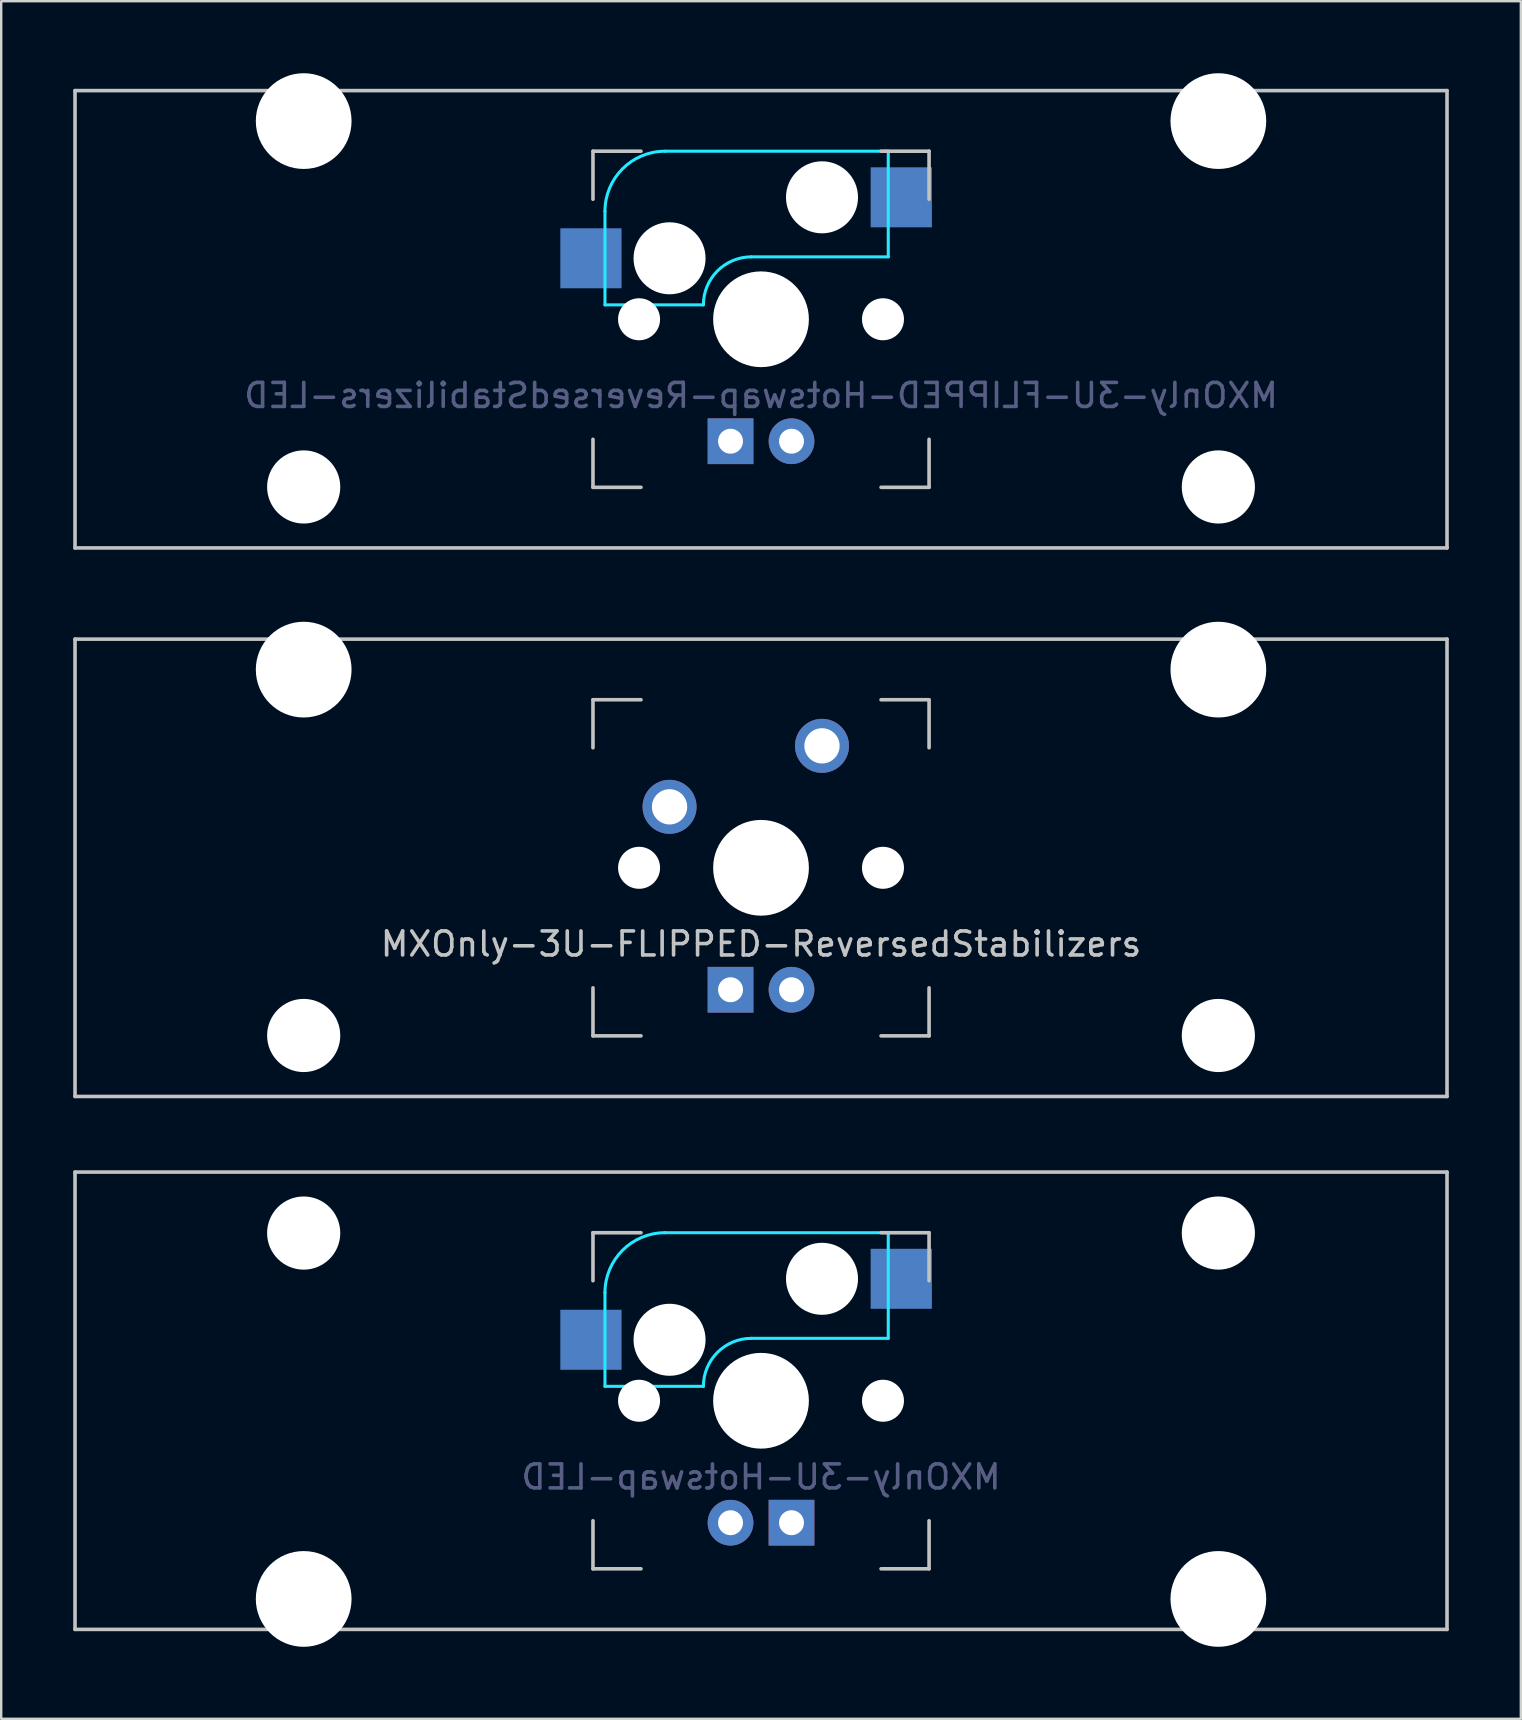
<source format=kicad_pcb>
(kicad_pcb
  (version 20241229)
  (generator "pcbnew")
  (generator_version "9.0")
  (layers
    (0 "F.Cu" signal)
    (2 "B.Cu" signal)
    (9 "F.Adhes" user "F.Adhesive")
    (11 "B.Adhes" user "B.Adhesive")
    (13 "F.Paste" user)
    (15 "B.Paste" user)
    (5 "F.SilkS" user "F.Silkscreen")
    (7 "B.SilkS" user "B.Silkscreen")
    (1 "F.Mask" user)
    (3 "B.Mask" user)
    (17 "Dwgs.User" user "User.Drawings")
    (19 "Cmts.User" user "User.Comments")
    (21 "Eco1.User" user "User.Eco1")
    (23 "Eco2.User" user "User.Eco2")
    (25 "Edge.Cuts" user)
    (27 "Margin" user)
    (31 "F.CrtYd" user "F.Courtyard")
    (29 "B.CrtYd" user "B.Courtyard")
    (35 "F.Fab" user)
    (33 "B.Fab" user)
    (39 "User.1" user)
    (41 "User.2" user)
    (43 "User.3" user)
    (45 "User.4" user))
  (footprint "MXOnly-3U-FLIPPED-ReversedStabilizers"
    (layer "F.Cu")
    (at 28.65 33.098)
    (property "Reference" "MXOnly-3U-FLIPPED-ReversedStabilizers" (at 0 3.175 0) (layer "Dwgs.User") (effects (font (size 1 1) (thickness 0.15))))
    (attr through_hole)
    (fp_line (start -28.575 -9.525) (end 28.575 -9.525) (stroke (width 0.15) (type solid)) (layer "Dwgs.User"))
    (fp_line (start -28.575 9.525) (end -28.575 -9.525) (stroke (width 0.15) (type solid)) (layer "Dwgs.User"))
    (fp_line (start -28.575 9.525) (end 28.575 9.525) (stroke (width 0.15) (type solid)) (layer "Dwgs.User"))
    (fp_line (start -7 -7) (end -7 -5) (stroke (width 0.15) (type solid)) (layer "Dwgs.User"))
    (fp_line (start -7 5) (end -7 7) (stroke (width 0.15) (type solid)) (layer "Dwgs.User"))
    (fp_line (start -7 7) (end -5 7) (stroke (width 0.15) (type solid)) (layer "Dwgs.User"))
    (fp_line (start -5 -7) (end -7 -7) (stroke (width 0.15) (type solid)) (layer "Dwgs.User"))
    (fp_line (start 5 -7) (end 7 -7) (stroke (width 0.15) (type solid)) (layer "Dwgs.User"))
    (fp_line (start 5 7) (end 7 7) (stroke (width 0.15) (type solid)) (layer "Dwgs.User"))
    (fp_line (start 7 -7) (end 7 -5) (stroke (width 0.15) (type solid)) (layer "Dwgs.User"))
    (fp_line (start 7 7) (end 7 5) (stroke (width 0.15) (type solid)) (layer "Dwgs.User"))
    (fp_line (start 28.575 -9.525) (end 28.575 9.525) (stroke (width 0.15) (type solid)) (layer "Dwgs.User"))
    (pad "" np_thru_hole circle (at -19.05 -8.255) (size 3.988 3.988) (drill 3.988) (layers "*.Cu" "*.Mask"))
    (pad "" np_thru_hole circle (at -19.05 6.985) (size 3.048 3.048) (drill 3.048) (layers "*.Cu" "*.Mask"))
    (pad "" np_thru_hole circle (at -5.08 0 48.1) (size 1.75 1.75) (drill 1.75) (layers "*.Cu" "*.Mask"))
    (pad "" np_thru_hole circle (at 0 0) (size 3.988 3.988) (drill 3.988) (layers "*.Cu" "*.Mask"))
    (pad "" np_thru_hole circle (at 5.08 0 48.1) (size 1.75 1.75) (drill 1.75) (layers "*.Cu" "*.Mask"))
    (pad "" np_thru_hole circle (at 19.05 -8.255) (size 3.988 3.988) (drill 3.988) (layers "*.Cu" "*.Mask"))
    (pad "" np_thru_hole circle (at 19.05 6.985) (size 3.048 3.048) (drill 3.048) (layers "*.Cu" "*.Mask"))
    (pad "1" thru_hole circle (at -3.81 -2.54 48.1) (size 2.25 2.25) (drill 1.47) (layers "*.Cu" "B.Mask"))
    (pad "2" thru_hole circle (at 2.54 -5.08) (size 2.25 2.25) (drill 1.47) (layers "*.Cu" "B.Mask"))
    (pad "3" thru_hole circle (at 1.27 5.08) (size 1.905 1.905) (drill 1.04) (layers "*.Cu" "B.Mask"))
    (pad "4" thru_hole rect (at -1.27 5.08) (size 1.905 1.905) (drill 1.04) (layers "*.Cu" "B.Mask")))
  (footprint "MXOnly-3U-Hotswap-LED"
    (layer "F.Cu")
    (at 28.65 55.298)
    (property "Reference" "MXOnly-3U-Hotswap-LED" (at 0 3.175 0) (layer "B.Fab") (effects (font (size 1 1) (thickness 0.15)) (justify mirror)))
    (attr through_hole)
    (fp_line (start -28.575 -9.525) (end 28.575 -9.525) (stroke (width 0.15) (type solid)) (layer "Dwgs.User"))
    (fp_line (start -28.575 9.525) (end -28.575 -9.525) (stroke (width 0.15) (type solid)) (layer "Dwgs.User"))
    (fp_line (start -28.575 9.525) (end 28.575 9.525) (stroke (width 0.15) (type solid)) (layer "Dwgs.User"))
    (fp_line (start -7 -7) (end -7 -5) (stroke (width 0.15) (type solid)) (layer "Dwgs.User"))
    (fp_line (start -7 5) (end -7 7) (stroke (width 0.15) (type solid)) (layer "Dwgs.User"))
    (fp_line (start -7 7) (end -5 7) (stroke (width 0.15) (type solid)) (layer "Dwgs.User"))
    (fp_line (start -5 -7) (end -7 -7) (stroke (width 0.15) (type solid)) (layer "Dwgs.User"))
    (fp_line (start 5 -7) (end 7 -7) (stroke (width 0.15) (type solid)) (layer "Dwgs.User"))
    (fp_line (start 5 7) (end 7 7) (stroke (width 0.15) (type solid)) (layer "Dwgs.User"))
    (fp_line (start 7 -7) (end 7 -5) (stroke (width 0.15) (type solid)) (layer "Dwgs.User"))
    (fp_line (start 7 7) (end 7 5) (stroke (width 0.15) (type solid)) (layer "Dwgs.User"))
    (fp_line (start 28.575 -9.525) (end 28.575 9.525) (stroke (width 0.15) (type solid)) (layer "Dwgs.User"))
    (fp_line (start -6.5 -4.5) (end -6.5 -0.6) (stroke (width 0.127) (type solid)) (layer "B.CrtYd"))
    (fp_line (start -6.5 -0.6) (end -2.4 -0.6) (stroke (width 0.127) (type solid)) (layer "B.CrtYd"))
    (fp_line (start -0.4 -2.6) (end 5.3 -2.6) (stroke (width 0.127) (type solid)) (layer "B.CrtYd"))
    (fp_line (start 5.3 -7) (end -4 -7) (stroke (width 0.127) (type solid)) (layer "B.CrtYd"))
    (fp_line (start 5.3 -7) (end 5.3 -2.6) (stroke (width 0.127) (type solid)) (layer "B.CrtYd"))
    (fp_arc (start -6.5 -4.5) (mid -5.767767 -6.267767) (end -4 -7) (stroke (width 0.127) (type solid)) (layer "B.CrtYd"))
    (fp_arc (start -2.4 -0.6) (mid -1.814214 -2.014214) (end -0.4 -2.6) (stroke (width 0.127) (type solid)) (layer "B.CrtYd"))
    (pad "" np_thru_hole circle (at -19.05 -6.985) (size 3.048 3.048) (drill 3.048) (layers "*.Cu" "*.Mask"))
    (pad "" np_thru_hole circle (at -19.05 8.255) (size 3.988 3.988) (drill 3.988) (layers "*.Cu" "*.Mask"))
    (pad "" np_thru_hole circle (at -5.08 0 48.1) (size 1.75 1.75) (drill 1.75) (layers "*.Cu" "*.Mask"))
    (pad "" np_thru_hole circle (at -3.81 -2.54) (size 3 3) (drill 3) (layers "*.Cu" "*.Mask"))
    (pad "" np_thru_hole circle (at 0 0) (size 3.988 3.988) (drill 3.988) (layers "*.Cu" "*.Mask"))
    (pad "" np_thru_hole circle (at 2.54 -5.08) (size 3 3) (drill 3) (layers "*.Cu" "*.Mask"))
    (pad "" np_thru_hole circle (at 5.08 0 48.1) (size 1.75 1.75) (drill 1.75) (layers "*.Cu" "*.Mask"))
    (pad "" np_thru_hole circle (at 19.05 -6.985) (size 3.048 3.048) (drill 3.048) (layers "*.Cu" "*.Mask"))
    (pad "" np_thru_hole circle (at 19.05 8.255) (size 3.988 3.988) (drill 3.988) (layers "*.Cu" "*.Mask"))
    (pad "1" smd rect (at -7.085 -2.54) (size 2.55 2.5) (layers "B.Cu" "B.Mask" "B.Paste"))
    (pad "2" smd rect (at 5.842 -5.08) (size 2.55 2.5) (layers "B.Cu" "B.Mask" "B.Paste"))
    (pad "3" thru_hole circle (at -1.27 5.08 180) (size 1.905 1.905) (drill 1.04) (layers "*.Cu" "B.Mask"))
    (pad "4" thru_hole rect (at 1.27 5.08 180) (size 1.905 1.905) (drill 1.04) (layers "*.Cu" "B.Mask")))
  (footprint "MXOnly-3U-FLIPPED-Hotswap-ReversedStabilizers-LED"
    (layer "F.Cu")
    (at 28.65 10.249)
    (property "Reference" "MXOnly-3U-FLIPPED-Hotswap-ReversedStabilizers-LED" (at 0 3.175 0) (layer "B.Fab") (effects (font (size 1 1) (thickness 0.15)) (justify mirror)))
    (attr through_hole)
    (fp_line (start -28.575 -9.525) (end 28.575 -9.525) (stroke (width 0.15) (type solid)) (layer "Dwgs.User"))
    (fp_line (start -28.575 9.525) (end -28.575 -9.525) (stroke (width 0.15) (type solid)) (layer "Dwgs.User"))
    (fp_line (start -28.575 9.525) (end 28.575 9.525) (stroke (width 0.15) (type solid)) (layer "Dwgs.User"))
    (fp_line (start -7 -7) (end -7 -5) (stroke (width 0.15) (type solid)) (layer "Dwgs.User"))
    (fp_line (start -7 5) (end -7 7) (stroke (width 0.15) (type solid)) (layer "Dwgs.User"))
    (fp_line (start -7 7) (end -5 7) (stroke (width 0.15) (type solid)) (layer "Dwgs.User"))
    (fp_line (start -5 -7) (end -7 -7) (stroke (width 0.15) (type solid)) (layer "Dwgs.User"))
    (fp_line (start 5 -7) (end 7 -7) (stroke (width 0.15) (type solid)) (layer "Dwgs.User"))
    (fp_line (start 5 7) (end 7 7) (stroke (width 0.15) (type solid)) (layer "Dwgs.User"))
    (fp_line (start 7 -7) (end 7 -5) (stroke (width 0.15) (type solid)) (layer "Dwgs.User"))
    (fp_line (start 7 7) (end 7 5) (stroke (width 0.15) (type solid)) (layer "Dwgs.User"))
    (fp_line (start 28.575 -9.525) (end 28.575 9.525) (stroke (width 0.15) (type solid)) (layer "Dwgs.User"))
    (fp_line (start -6.5 -4.5) (end -6.5 -0.6) (stroke (width 0.127) (type solid)) (layer "B.CrtYd"))
    (fp_line (start -6.5 -0.6) (end -2.4 -0.6) (stroke (width 0.127) (type solid)) (layer "B.CrtYd"))
    (fp_line (start -0.4 -2.6) (end 5.3 -2.6) (stroke (width 0.127) (type solid)) (layer "B.CrtYd"))
    (fp_line (start 5.3 -7) (end -4 -7) (stroke (width 0.127) (type solid)) (layer "B.CrtYd"))
    (fp_line (start 5.3 -7) (end 5.3 -2.6) (stroke (width 0.127) (type solid)) (layer "B.CrtYd"))
    (fp_arc (start -6.5 -4.5) (mid -5.767767 -6.267767) (end -4 -7) (stroke (width 0.127) (type solid)) (layer "B.CrtYd"))
    (fp_arc (start -2.4 -0.6) (mid -1.814214 -2.014214) (end -0.4 -2.6) (stroke (width 0.127) (type solid)) (layer "B.CrtYd"))
    (pad "" np_thru_hole circle (at -19.05 -8.255 180) (size 3.988 3.988) (drill 3.988) (layers "*.Cu" "*.Mask"))
    (pad "" np_thru_hole circle (at -19.05 6.985 180) (size 3.048 3.048) (drill 3.048) (layers "*.Cu" "*.Mask"))
    (pad "" np_thru_hole circle (at -5.08 0 48.1) (size 1.75 1.75) (drill 1.75) (layers "*.Cu" "*.Mask"))
    (pad "" np_thru_hole circle (at -3.81 -2.54) (size 3 3) (drill 3) (layers "*.Cu" "*.Mask"))
    (pad "" np_thru_hole circle (at 0 0) (size 3.988 3.988) (drill 3.988) (layers "*.Cu" "*.Mask"))
    (pad "" np_thru_hole circle (at 2.54 -5.08) (size 3 3) (drill 3) (layers "*.Cu" "*.Mask"))
    (pad "" np_thru_hole circle (at 5.08 0 48.1) (size 1.75 1.75) (drill 1.75) (layers "*.Cu" "*.Mask"))
    (pad "" np_thru_hole circle (at 19.05 -8.255 180) (size 3.988 3.988) (drill 3.988) (layers "*.Cu" "*.Mask"))
    (pad "" np_thru_hole circle (at 19.05 6.985 180) (size 3.048 3.048) (drill 3.048) (layers "*.Cu" "*.Mask"))
    (pad "1" smd rect (at -7.085 -2.54) (size 2.55 2.5) (layers "B.Cu" "B.Mask" "B.Paste"))
    (pad "2" smd rect (at 5.842 -5.08) (size 2.55 2.5) (layers "B.Cu" "B.Mask" "B.Paste"))
    (pad "3" thru_hole circle (at 1.27 5.08 180) (size 1.905 1.905) (drill 1.04) (layers "*.Cu" "B.Mask"))
    (pad "4" thru_hole rect (at -1.27 5.08 180) (size 1.905 1.905) (drill 1.04) (layers "*.Cu" "B.Mask")))
  (gr_rect
    (start -3 -3)
    (end 60.3 68.547)
    (stroke (width 0.1) (type default))
    (fill no)
    (layer "Edge.Cuts")))
</source>
